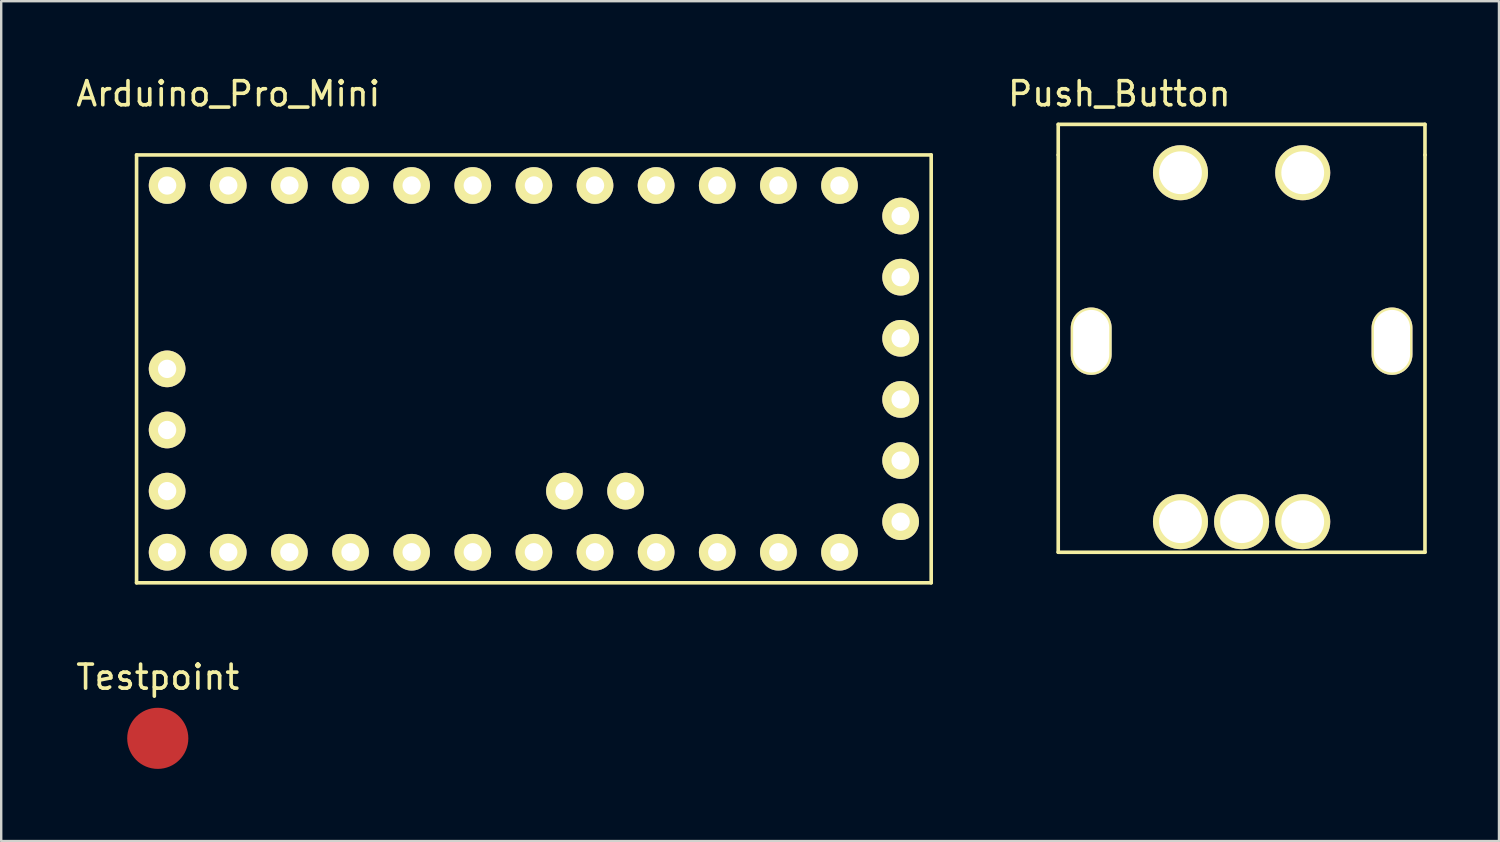
<source format=kicad_pcb>
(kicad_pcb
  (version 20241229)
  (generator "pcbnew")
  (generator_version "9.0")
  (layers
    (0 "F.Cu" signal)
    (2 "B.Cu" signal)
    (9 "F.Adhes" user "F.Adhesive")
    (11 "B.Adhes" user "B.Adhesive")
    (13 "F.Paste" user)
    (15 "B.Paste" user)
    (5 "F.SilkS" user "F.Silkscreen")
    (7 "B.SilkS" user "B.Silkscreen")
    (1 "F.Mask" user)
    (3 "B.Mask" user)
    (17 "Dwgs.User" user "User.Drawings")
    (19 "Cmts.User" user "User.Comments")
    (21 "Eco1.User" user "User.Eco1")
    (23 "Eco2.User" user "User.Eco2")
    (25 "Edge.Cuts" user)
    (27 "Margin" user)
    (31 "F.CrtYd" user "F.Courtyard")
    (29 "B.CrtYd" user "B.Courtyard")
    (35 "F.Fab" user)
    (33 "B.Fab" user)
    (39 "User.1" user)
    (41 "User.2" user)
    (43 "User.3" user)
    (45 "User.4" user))
  (footprint "Testpoint"
    (layer "F.Cu")
    (at 3.506 27.631)
    (property "Reference" "Testpoint" (at 0 -2.54 0) (layer "F.SilkS") (effects (font (size 1 1) (thickness 0.15))))
    (attr through_hole)
    (pad "1" smd circle (at 0 0) (size 2.54 2.54) (layers "F.Cu" "F.Mask" "F.Paste")))
  (footprint "Push_Button"
    (layer "F.Cu")
    (at 48.544 18.628)
    (property "Reference" "Push_Button" (at -5.08 -17.78 0) (layer "F.SilkS") (effects (font (size 1 1) (thickness 0.15))))
    (attr through_hole)
    (fp_line (start -7.62 -16.51) (end -7.62 -15.24) (stroke (width 0.15) (type solid)) (layer "F.SilkS"))
    (fp_line (start -7.62 -15.24) (end -7.62 1.27) (stroke (width 0.15) (type solid)) (layer "F.SilkS"))
    (fp_line (start -7.62 1.27) (end 7.62 1.27) (stroke (width 0.15) (type solid)) (layer "F.SilkS"))
    (fp_line (start 7.62 -16.51) (end -7.62 -16.51) (stroke (width 0.15) (type solid)) (layer "F.SilkS"))
    (fp_line (start 7.62 -15.24) (end 7.62 -16.51) (stroke (width 0.15) (type solid)) (layer "F.SilkS"))
    (fp_line (start 7.62 1.27) (end 7.62 -15.24) (stroke (width 0.15) (type solid)) (layer "F.SilkS"))
    (pad "1" thru_hole circle (at -2.54 0) (size 2.286 2.286) (drill 1.778) (layers "*.Cu" "*.Mask" "F.SilkS"))
    (pad "2" thru_hole circle (at 0 0) (size 2.286 2.286) (drill 1.778) (layers "*.Cu" "*.Mask" "F.SilkS"))
    (pad "3" thru_hole circle (at 2.54 0) (size 2.286 2.286) (drill 1.778) (layers "*.Cu" "*.Mask" "F.SilkS"))
    (pad "4" thru_hole circle (at 2.54 -14.5) (size 2.286 2.286) (drill 1.778) (layers "*.Cu" "*.Mask" "F.SilkS"))
    (pad "5" thru_hole circle (at -2.54 -14.5) (size 2.286 2.286) (drill 1.778) (layers "*.Cu" "*.Mask" "F.SilkS"))
    (pad "6" thru_hole oval (at 6.25 -7.5) (size 1.7 2.8) (drill oval 1.5 2.6) (layers "*.Cu" "*.Mask" "F.SilkS"))
    (pad "7" thru_hole oval (at -6.25 -7.5) (size 1.7 2.8) (drill oval 1.5 2.6) (layers "*.Cu" "*.Mask" "F.SilkS")))
  (footprint "Arduino_Pro_Mini"
    (layer "F.Cu")
    (at 16.595 11.008)
    (property "Reference" "Arduino_Pro_Mini" (at -10.16 -10.16 0) (layer "F.SilkS") (effects (font (size 1 1) (thickness 0.15))))
    (attr through_hole)
    (fp_line (start -13.97 -7.62) (end 19.05 -7.62) (stroke (width 0.15) (type solid)) (layer "F.SilkS"))
    (fp_line (start -13.97 10.16) (end -13.97 -7.62) (stroke (width 0.15) (type solid)) (layer "F.SilkS"))
    (fp_line (start 19.05 -7.62) (end 19.05 10.16) (stroke (width 0.15) (type solid)) (layer "F.SilkS"))
    (fp_line (start 19.05 10.16) (end -13.97 10.16) (stroke (width 0.15) (type solid)) (layer "F.SilkS"))
    (pad "1" thru_hole circle (at -12.7 1.27) (size 1.524 1.524) (drill 0.762) (layers "*.Cu" "*.Mask" "F.SilkS"))
    (pad "2" thru_hole circle (at -12.7 3.81) (size 1.524 1.524) (drill 0.762) (layers "*.Cu" "*.Mask" "F.SilkS"))
    (pad "3" thru_hole circle (at -12.7 6.35) (size 1.524 1.524) (drill 0.762) (layers "*.Cu" "*.Mask" "F.SilkS"))
    (pad "4" thru_hole circle (at -12.7 8.89) (size 1.524 1.524) (drill 0.762) (layers "*.Cu" "*.Mask" "F.SilkS"))
    (pad "5" thru_hole circle (at -10.16 8.89) (size 1.524 1.524) (drill 0.762) (layers "*.Cu" "*.Mask" "F.SilkS"))
    (pad "6" thru_hole circle (at -7.62 8.89) (size 1.524 1.524) (drill 0.762) (layers "*.Cu" "*.Mask" "F.SilkS"))
    (pad "7" thru_hole circle (at -5.08 8.89) (size 1.524 1.524) (drill 0.762) (layers "*.Cu" "*.Mask" "F.SilkS"))
    (pad "8" thru_hole circle (at -2.54 8.89) (size 1.524 1.524) (drill 0.762) (layers "*.Cu" "*.Mask" "F.SilkS"))
    (pad "9" thru_hole circle (at 0 8.89) (size 1.524 1.524) (drill 0.762) (layers "*.Cu" "*.Mask" "F.SilkS"))
    (pad "10" thru_hole circle (at 2.54 8.89) (size 1.524 1.524) (drill 0.762) (layers "*.Cu" "*.Mask" "F.SilkS"))
    (pad "11" thru_hole circle (at 5.08 8.89) (size 1.524 1.524) (drill 0.762) (layers "*.Cu" "*.Mask" "F.SilkS"))
    (pad "12" thru_hole circle (at 7.62 8.89) (size 1.524 1.524) (drill 0.762) (layers "*.Cu" "*.Mask" "F.SilkS"))
    (pad "13" thru_hole circle (at 10.16 8.89) (size 1.524 1.524) (drill 0.762) (layers "*.Cu" "*.Mask" "F.SilkS"))
    (pad "14" thru_hole circle (at 12.7 8.89) (size 1.524 1.524) (drill 0.762) (layers "*.Cu" "*.Mask" "F.SilkS"))
    (pad "15" thru_hole circle (at 15.24 8.89) (size 1.524 1.524) (drill 0.762) (layers "*.Cu" "*.Mask" "F.SilkS"))
    (pad "16" thru_hole circle (at 17.78 7.62) (size 1.524 1.524) (drill 0.762) (layers "*.Cu" "*.Mask" "F.SilkS"))
    (pad "17" thru_hole circle (at 17.78 5.08) (size 1.524 1.524) (drill 0.762) (layers "*.Cu" "*.Mask" "F.SilkS"))
    (pad "18" thru_hole circle (at 17.78 2.54) (size 1.524 1.524) (drill 0.762) (layers "*.Cu" "*.Mask" "F.SilkS"))
    (pad "19" thru_hole circle (at 17.78 0) (size 1.524 1.524) (drill 0.762) (layers "*.Cu" "*.Mask" "F.SilkS"))
    (pad "20" thru_hole circle (at 17.78 -2.54) (size 1.524 1.524) (drill 0.762) (layers "*.Cu" "*.Mask" "F.SilkS"))
    (pad "21" thru_hole circle (at 17.78 -5.08) (size 1.524 1.524) (drill 0.762) (layers "*.Cu" "*.Mask" "F.SilkS"))
    (pad "22" thru_hole circle (at 15.24 -6.35) (size 1.524 1.524) (drill 0.762) (layers "*.Cu" "*.Mask" "F.SilkS"))
    (pad "23" thru_hole circle (at 12.7 -6.35) (size 1.524 1.524) (drill 0.762) (layers "*.Cu" "*.Mask" "F.SilkS"))
    (pad "24" thru_hole circle (at 10.16 -6.35) (size 1.524 1.524) (drill 0.762) (layers "*.Cu" "*.Mask" "F.SilkS"))
    (pad "25" thru_hole circle (at 7.62 -6.35) (size 1.524 1.524) (drill 0.762) (layers "*.Cu" "*.Mask" "F.SilkS"))
    (pad "26" thru_hole circle (at 5.08 -6.35) (size 1.524 1.524) (drill 0.762) (layers "*.Cu" "*.Mask" "F.SilkS"))
    (pad "27" thru_hole circle (at 2.54 -6.35) (size 1.524 1.524) (drill 0.762) (layers "*.Cu" "*.Mask" "F.SilkS"))
    (pad "28" thru_hole circle (at 0 -6.35) (size 1.524 1.524) (drill 0.762) (layers "*.Cu" "*.Mask" "F.SilkS"))
    (pad "29" thru_hole circle (at -2.54 -6.35) (size 1.524 1.524) (drill 0.762) (layers "*.Cu" "*.Mask" "F.SilkS"))
    (pad "30" thru_hole circle (at -5.08 -6.35) (size 1.524 1.524) (drill 0.762) (layers "*.Cu" "*.Mask" "F.SilkS"))
    (pad "31" thru_hole circle (at -7.62 -6.35) (size 1.524 1.524) (drill 0.762) (layers "*.Cu" "*.Mask" "F.SilkS"))
    (pad "32" thru_hole circle (at -10.16 -6.35) (size 1.524 1.524) (drill 0.762) (layers "*.Cu" "*.Mask" "F.SilkS"))
    (pad "33" thru_hole circle (at -12.7 -6.35) (size 1.524 1.524) (drill 0.762) (layers "*.Cu" "*.Mask" "F.SilkS"))
    (pad "34" thru_hole circle (at 3.81 6.35) (size 1.524 1.524) (drill 0.762) (layers "*.Cu" "*.Mask" "F.SilkS"))
    (pad "35" thru_hole circle (at 6.35 6.35) (size 1.524 1.524) (drill 0.762) (layers "*.Cu" "*.Mask" "F.SilkS")))
  (gr_rect
    (start -3 -3)
    (end 59.239 31.901)
    (stroke (width 0.1) (type default))
    (fill no)
    (layer "Edge.Cuts")))
</source>
